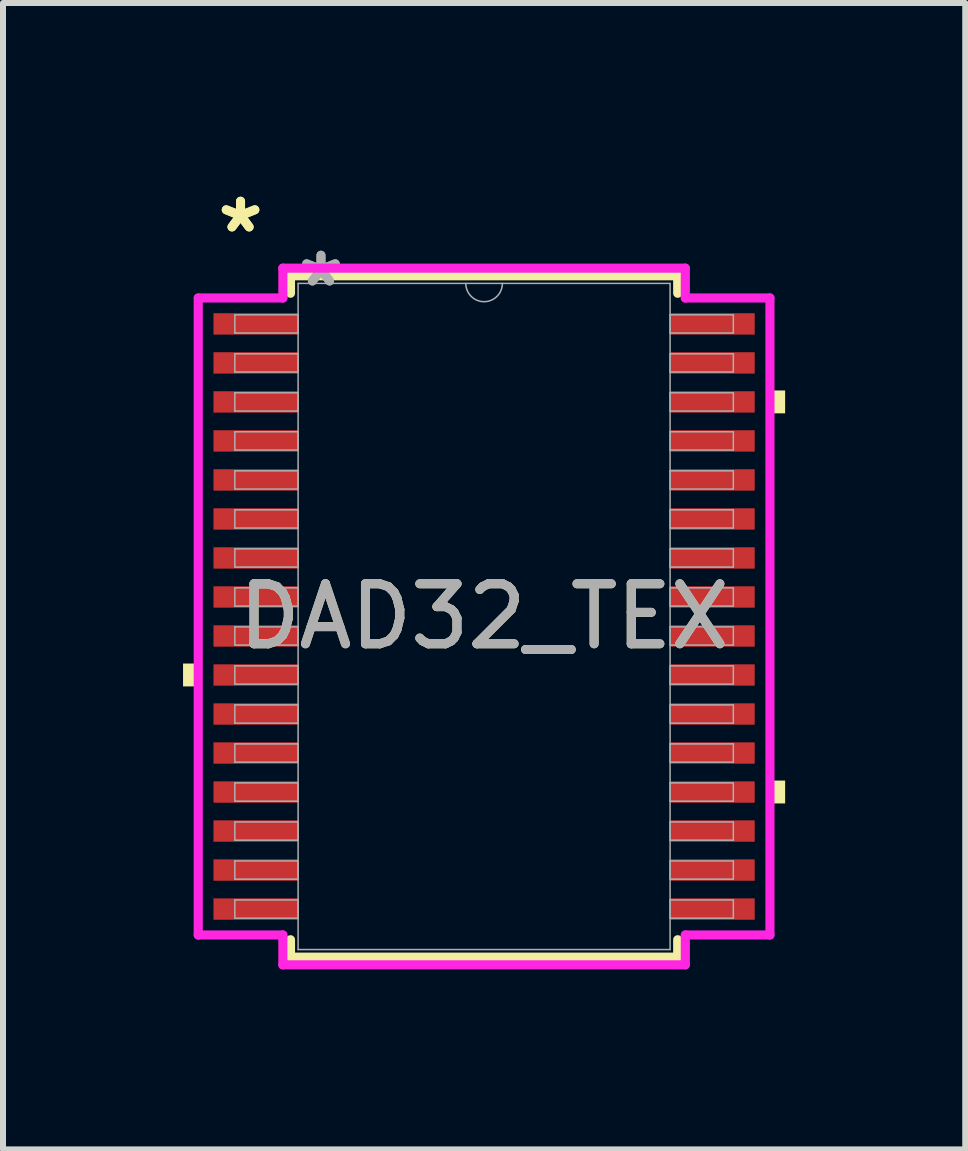
<source format=kicad_pcb>
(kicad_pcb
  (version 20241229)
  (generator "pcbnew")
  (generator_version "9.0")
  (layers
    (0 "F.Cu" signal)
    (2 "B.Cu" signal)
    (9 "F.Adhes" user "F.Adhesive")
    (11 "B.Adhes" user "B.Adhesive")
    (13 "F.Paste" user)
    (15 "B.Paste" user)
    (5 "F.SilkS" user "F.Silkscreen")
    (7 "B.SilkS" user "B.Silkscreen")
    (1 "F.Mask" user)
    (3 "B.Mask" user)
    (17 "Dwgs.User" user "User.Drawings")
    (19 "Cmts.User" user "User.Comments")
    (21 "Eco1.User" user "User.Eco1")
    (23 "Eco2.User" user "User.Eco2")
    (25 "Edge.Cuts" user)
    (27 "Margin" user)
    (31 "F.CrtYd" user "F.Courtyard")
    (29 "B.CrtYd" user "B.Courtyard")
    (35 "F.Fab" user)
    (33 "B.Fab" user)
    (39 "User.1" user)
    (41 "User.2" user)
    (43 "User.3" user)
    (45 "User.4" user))
  (footprint "DAD32_TEX"
    (layer "F.Cu")
    (at 5.016 7.222)
    (property "Reference" "DAD32_TEX" (at 0 0 0) (unlocked yes) (layer "F.SilkS") (effects (font (size 1 1) (thickness 0.15))))
    (attr smd)
    (fp_line (start -3.226 -5.677) (end -3.226 -5.386) (stroke (width 0.152) (type solid)) (layer "F.SilkS"))
    (fp_line (start -3.226 5.386) (end -3.226 5.677) (stroke (width 0.152) (type solid)) (layer "F.SilkS"))
    (fp_line (start -3.226 5.677) (end 3.226 5.677) (stroke (width 0.152) (type solid)) (layer "F.SilkS"))
    (fp_line (start 3.226 -5.677) (end -3.226 -5.677) (stroke (width 0.152) (type solid)) (layer "F.SilkS"))
    (fp_line (start 3.226 -5.386) (end 3.226 -5.677) (stroke (width 0.152) (type solid)) (layer "F.SilkS"))
    (fp_line (start 3.226 5.677) (end 3.226 5.386) (stroke (width 0.152) (type solid)) (layer "F.SilkS"))
    (fp_poly (pts (xy -5.016 0.784) (xy -5.016 1.165) (xy -4.763 1.165) (xy -4.763 0.784)) (stroke (width 0) (type solid)) (fill yes) (layer "F.SilkS"))
    (fp_poly (pts (xy 5.016 -3.766) (xy 5.016 -3.385) (xy 4.763 -3.385) (xy 4.763 -3.766)) (stroke (width 0) (type solid)) (fill yes) (layer "F.SilkS"))
    (fp_poly (pts (xy 5.016 2.734) (xy 5.016 3.115) (xy 4.763 3.115) (xy 4.763 2.734)) (stroke (width 0) (type solid)) (fill yes) (layer "F.SilkS"))
    (fp_line (start -4.763 -5.307) (end -3.353 -5.307) (stroke (width 0.152) (type solid)) (layer "F.CrtYd"))
    (fp_line (start -4.763 5.307) (end -4.763 -5.307) (stroke (width 0.152) (type solid)) (layer "F.CrtYd"))
    (fp_line (start -4.763 5.307) (end -3.353 5.307) (stroke (width 0.152) (type solid)) (layer "F.CrtYd"))
    (fp_line (start -3.353 -5.804) (end 3.353 -5.804) (stroke (width 0.152) (type solid)) (layer "F.CrtYd"))
    (fp_line (start -3.353 -5.307) (end -3.353 -5.804) (stroke (width 0.152) (type solid)) (layer "F.CrtYd"))
    (fp_line (start -3.353 5.804) (end -3.353 5.307) (stroke (width 0.152) (type solid)) (layer "F.CrtYd"))
    (fp_line (start 3.353 -5.804) (end 3.353 -5.307) (stroke (width 0.152) (type solid)) (layer "F.CrtYd"))
    (fp_line (start 3.353 5.307) (end 3.353 5.804) (stroke (width 0.152) (type solid)) (layer "F.CrtYd"))
    (fp_line (start 3.353 5.804) (end -3.353 5.804) (stroke (width 0.152) (type solid)) (layer "F.CrtYd"))
    (fp_line (start 4.763 -5.307) (end 3.353 -5.307) (stroke (width 0.152) (type solid)) (layer "F.CrtYd"))
    (fp_line (start 4.763 -5.307) (end 4.763 5.307) (stroke (width 0.152) (type solid)) (layer "F.CrtYd"))
    (fp_line (start 4.763 5.307) (end 3.353 5.307) (stroke (width 0.152) (type solid)) (layer "F.CrtYd"))
    (fp_line (start -4.153 -5.027) (end -4.153 -4.723) (stroke (width 0.025) (type solid)) (layer "F.Fab"))
    (fp_line (start -4.153 -4.723) (end -3.099 -4.723) (stroke (width 0.025) (type solid)) (layer "F.Fab"))
    (fp_line (start -4.153 -4.377) (end -4.153 -4.073) (stroke (width 0.025) (type solid)) (layer "F.Fab"))
    (fp_line (start -4.153 -4.073) (end -3.099 -4.073) (stroke (width 0.025) (type solid)) (layer "F.Fab"))
    (fp_line (start -4.153 -3.727) (end -4.153 -3.423) (stroke (width 0.025) (type solid)) (layer "F.Fab"))
    (fp_line (start -4.153 -3.423) (end -3.099 -3.423) (stroke (width 0.025) (type solid)) (layer "F.Fab"))
    (fp_line (start -4.153 -3.077) (end -4.153 -2.773) (stroke (width 0.025) (type solid)) (layer "F.Fab"))
    (fp_line (start -4.153 -2.773) (end -3.099 -2.773) (stroke (width 0.025) (type solid)) (layer "F.Fab"))
    (fp_line (start -4.153 -2.427) (end -4.153 -2.123) (stroke (width 0.025) (type solid)) (layer "F.Fab"))
    (fp_line (start -4.153 -2.123) (end -3.099 -2.123) (stroke (width 0.025) (type solid)) (layer "F.Fab"))
    (fp_line (start -4.153 -1.777) (end -4.153 -1.473) (stroke (width 0.025) (type solid)) (layer "F.Fab"))
    (fp_line (start -4.153 -1.473) (end -3.099 -1.473) (stroke (width 0.025) (type solid)) (layer "F.Fab"))
    (fp_line (start -4.153 -1.127) (end -4.153 -0.823) (stroke (width 0.025) (type solid)) (layer "F.Fab"))
    (fp_line (start -4.153 -0.823) (end -3.099 -0.823) (stroke (width 0.025) (type solid)) (layer "F.Fab"))
    (fp_line (start -4.153 -0.477) (end -4.153 -0.173) (stroke (width 0.025) (type solid)) (layer "F.Fab"))
    (fp_line (start -4.153 -0.173) (end -3.099 -0.173) (stroke (width 0.025) (type solid)) (layer "F.Fab"))
    (fp_line (start -4.153 0.173) (end -4.153 0.477) (stroke (width 0.025) (type solid)) (layer "F.Fab"))
    (fp_line (start -4.153 0.477) (end -3.099 0.477) (stroke (width 0.025) (type solid)) (layer "F.Fab"))
    (fp_line (start -4.153 0.823) (end -4.153 1.127) (stroke (width 0.025) (type solid)) (layer "F.Fab"))
    (fp_line (start -4.153 1.127) (end -3.099 1.127) (stroke (width 0.025) (type solid)) (layer "F.Fab"))
    (fp_line (start -4.153 1.473) (end -4.153 1.777) (stroke (width 0.025) (type solid)) (layer "F.Fab"))
    (fp_line (start -4.153 1.777) (end -3.099 1.777) (stroke (width 0.025) (type solid)) (layer "F.Fab"))
    (fp_line (start -4.153 2.123) (end -4.153 2.427) (stroke (width 0.025) (type solid)) (layer "F.Fab"))
    (fp_line (start -4.153 2.427) (end -3.099 2.427) (stroke (width 0.025) (type solid)) (layer "F.Fab"))
    (fp_line (start -4.153 2.773) (end -4.153 3.077) (stroke (width 0.025) (type solid)) (layer "F.Fab"))
    (fp_line (start -4.153 3.077) (end -3.099 3.077) (stroke (width 0.025) (type solid)) (layer "F.Fab"))
    (fp_line (start -4.153 3.423) (end -4.153 3.727) (stroke (width 0.025) (type solid)) (layer "F.Fab"))
    (fp_line (start -4.153 3.727) (end -3.099 3.727) (stroke (width 0.025) (type solid)) (layer "F.Fab"))
    (fp_line (start -4.153 4.073) (end -4.153 4.377) (stroke (width 0.025) (type solid)) (layer "F.Fab"))
    (fp_line (start -4.153 4.377) (end -3.099 4.377) (stroke (width 0.025) (type solid)) (layer "F.Fab"))
    (fp_line (start -4.153 4.723) (end -4.153 5.027) (stroke (width 0.025) (type solid)) (layer "F.Fab"))
    (fp_line (start -4.153 5.027) (end -3.099 5.027) (stroke (width 0.025) (type solid)) (layer "F.Fab"))
    (fp_line (start -3.099 -5.55) (end -3.099 5.55) (stroke (width 0.025) (type solid)) (layer "F.Fab"))
    (fp_line (start -3.099 -5.027) (end -4.153 -5.027) (stroke (width 0.025) (type solid)) (layer "F.Fab"))
    (fp_line (start -3.099 -4.723) (end -3.099 -5.027) (stroke (width 0.025) (type solid)) (layer "F.Fab"))
    (fp_line (start -3.099 -4.377) (end -4.153 -4.377) (stroke (width 0.025) (type solid)) (layer "F.Fab"))
    (fp_line (start -3.099 -4.073) (end -3.099 -4.377) (stroke (width 0.025) (type solid)) (layer "F.Fab"))
    (fp_line (start -3.099 -3.727) (end -4.153 -3.727) (stroke (width 0.025) (type solid)) (layer "F.Fab"))
    (fp_line (start -3.099 -3.423) (end -3.099 -3.727) (stroke (width 0.025) (type solid)) (layer "F.Fab"))
    (fp_line (start -3.099 -3.077) (end -4.153 -3.077) (stroke (width 0.025) (type solid)) (layer "F.Fab"))
    (fp_line (start -3.099 -2.773) (end -3.099 -3.077) (stroke (width 0.025) (type solid)) (layer "F.Fab"))
    (fp_line (start -3.099 -2.427) (end -4.153 -2.427) (stroke (width 0.025) (type solid)) (layer "F.Fab"))
    (fp_line (start -3.099 -2.123) (end -3.099 -2.427) (stroke (width 0.025) (type solid)) (layer "F.Fab"))
    (fp_line (start -3.099 -1.777) (end -4.153 -1.777) (stroke (width 0.025) (type solid)) (layer "F.Fab"))
    (fp_line (start -3.099 -1.473) (end -3.099 -1.777) (stroke (width 0.025) (type solid)) (layer "F.Fab"))
    (fp_line (start -3.099 -1.127) (end -4.153 -1.127) (stroke (width 0.025) (type solid)) (layer "F.Fab"))
    (fp_line (start -3.099 -0.823) (end -3.099 -1.127) (stroke (width 0.025) (type solid)) (layer "F.Fab"))
    (fp_line (start -3.099 -0.477) (end -4.153 -0.477) (stroke (width 0.025) (type solid)) (layer "F.Fab"))
    (fp_line (start -3.099 -0.173) (end -3.099 -0.477) (stroke (width 0.025) (type solid)) (layer "F.Fab"))
    (fp_line (start -3.099 0.173) (end -4.153 0.173) (stroke (width 0.025) (type solid)) (layer "F.Fab"))
    (fp_line (start -3.099 0.477) (end -3.099 0.173) (stroke (width 0.025) (type solid)) (layer "F.Fab"))
    (fp_line (start -3.099 0.823) (end -4.153 0.823) (stroke (width 0.025) (type solid)) (layer "F.Fab"))
    (fp_line (start -3.099 1.127) (end -3.099 0.823) (stroke (width 0.025) (type solid)) (layer "F.Fab"))
    (fp_line (start -3.099 1.473) (end -4.153 1.473) (stroke (width 0.025) (type solid)) (layer "F.Fab"))
    (fp_line (start -3.099 1.777) (end -3.099 1.473) (stroke (width 0.025) (type solid)) (layer "F.Fab"))
    (fp_line (start -3.099 2.123) (end -4.153 2.123) (stroke (width 0.025) (type solid)) (layer "F.Fab"))
    (fp_line (start -3.099 2.427) (end -3.099 2.123) (stroke (width 0.025) (type solid)) (layer "F.Fab"))
    (fp_line (start -3.099 2.773) (end -4.153 2.773) (stroke (width 0.025) (type solid)) (layer "F.Fab"))
    (fp_line (start -3.099 3.077) (end -3.099 2.773) (stroke (width 0.025) (type solid)) (layer "F.Fab"))
    (fp_line (start -3.099 3.423) (end -4.153 3.423) (stroke (width 0.025) (type solid)) (layer "F.Fab"))
    (fp_line (start -3.099 3.727) (end -3.099 3.423) (stroke (width 0.025) (type solid)) (layer "F.Fab"))
    (fp_line (start -3.099 4.073) (end -4.153 4.073) (stroke (width 0.025) (type solid)) (layer "F.Fab"))
    (fp_line (start -3.099 4.377) (end -3.099 4.073) (stroke (width 0.025) (type solid)) (layer "F.Fab"))
    (fp_line (start -3.099 4.723) (end -4.153 4.723) (stroke (width 0.025) (type solid)) (layer "F.Fab"))
    (fp_line (start -3.099 5.027) (end -3.099 4.723) (stroke (width 0.025) (type solid)) (layer "F.Fab"))
    (fp_line (start -3.099 5.55) (end 3.099 5.55) (stroke (width 0.025) (type solid)) (layer "F.Fab"))
    (fp_line (start 3.099 -5.55) (end -3.099 -5.55) (stroke (width 0.025) (type solid)) (layer "F.Fab"))
    (fp_line (start 3.099 -5.027) (end 3.099 -4.723) (stroke (width 0.025) (type solid)) (layer "F.Fab"))
    (fp_line (start 3.099 -4.723) (end 4.153 -4.723) (stroke (width 0.025) (type solid)) (layer "F.Fab"))
    (fp_line (start 3.099 -4.377) (end 3.099 -4.073) (stroke (width 0.025) (type solid)) (layer "F.Fab"))
    (fp_line (start 3.099 -4.073) (end 4.153 -4.073) (stroke (width 0.025) (type solid)) (layer "F.Fab"))
    (fp_line (start 3.099 -3.727) (end 3.099 -3.423) (stroke (width 0.025) (type solid)) (layer "F.Fab"))
    (fp_line (start 3.099 -3.423) (end 4.153 -3.423) (stroke (width 0.025) (type solid)) (layer "F.Fab"))
    (fp_line (start 3.099 -3.077) (end 3.099 -2.773) (stroke (width 0.025) (type solid)) (layer "F.Fab"))
    (fp_line (start 3.099 -2.773) (end 4.153 -2.773) (stroke (width 0.025) (type solid)) (layer "F.Fab"))
    (fp_line (start 3.099 -2.427) (end 3.099 -2.123) (stroke (width 0.025) (type solid)) (layer "F.Fab"))
    (fp_line (start 3.099 -2.123) (end 4.153 -2.123) (stroke (width 0.025) (type solid)) (layer "F.Fab"))
    (fp_line (start 3.099 -1.777) (end 3.099 -1.473) (stroke (width 0.025) (type solid)) (layer "F.Fab"))
    (fp_line (start 3.099 -1.473) (end 4.153 -1.473) (stroke (width 0.025) (type solid)) (layer "F.Fab"))
    (fp_line (start 3.099 -1.127) (end 3.099 -0.823) (stroke (width 0.025) (type solid)) (layer "F.Fab"))
    (fp_line (start 3.099 -0.823) (end 4.153 -0.823) (stroke (width 0.025) (type solid)) (layer "F.Fab"))
    (fp_line (start 3.099 -0.477) (end 3.099 -0.173) (stroke (width 0.025) (type solid)) (layer "F.Fab"))
    (fp_line (start 3.099 -0.173) (end 4.153 -0.173) (stroke (width 0.025) (type solid)) (layer "F.Fab"))
    (fp_line (start 3.099 0.173) (end 3.099 0.477) (stroke (width 0.025) (type solid)) (layer "F.Fab"))
    (fp_line (start 3.099 0.477) (end 4.153 0.477) (stroke (width 0.025) (type solid)) (layer "F.Fab"))
    (fp_line (start 3.099 0.823) (end 3.099 1.127) (stroke (width 0.025) (type solid)) (layer "F.Fab"))
    (fp_line (start 3.099 1.127) (end 4.153 1.127) (stroke (width 0.025) (type solid)) (layer "F.Fab"))
    (fp_line (start 3.099 1.473) (end 3.099 1.777) (stroke (width 0.025) (type solid)) (layer "F.Fab"))
    (fp_line (start 3.099 1.777) (end 4.153 1.777) (stroke (width 0.025) (type solid)) (layer "F.Fab"))
    (fp_line (start 3.099 2.123) (end 3.099 2.427) (stroke (width 0.025) (type solid)) (layer "F.Fab"))
    (fp_line (start 3.099 2.427) (end 4.153 2.427) (stroke (width 0.025) (type solid)) (layer "F.Fab"))
    (fp_line (start 3.099 2.773) (end 3.099 3.077) (stroke (width 0.025) (type solid)) (layer "F.Fab"))
    (fp_line (start 3.099 3.077) (end 4.153 3.077) (stroke (width 0.025) (type solid)) (layer "F.Fab"))
    (fp_line (start 3.099 3.423) (end 3.099 3.727) (stroke (width 0.025) (type solid)) (layer "F.Fab"))
    (fp_line (start 3.099 3.727) (end 4.153 3.727) (stroke (width 0.025) (type solid)) (layer "F.Fab"))
    (fp_line (start 3.099 4.073) (end 3.099 4.377) (stroke (width 0.025) (type solid)) (layer "F.Fab"))
    (fp_line (start 3.099 4.377) (end 4.153 4.377) (stroke (width 0.025) (type solid)) (layer "F.Fab"))
    (fp_line (start 3.099 4.723) (end 3.099 5.027) (stroke (width 0.025) (type solid)) (layer "F.Fab"))
    (fp_line (start 3.099 5.027) (end 4.153 5.027) (stroke (width 0.025) (type solid)) (layer "F.Fab"))
    (fp_line (start 3.099 5.55) (end 3.099 -5.55) (stroke (width 0.025) (type solid)) (layer "F.Fab"))
    (fp_line (start 4.153 -5.027) (end 3.099 -5.027) (stroke (width 0.025) (type solid)) (layer "F.Fab"))
    (fp_line (start 4.153 -4.723) (end 4.153 -5.027) (stroke (width 0.025) (type solid)) (layer "F.Fab"))
    (fp_line (start 4.153 -4.377) (end 3.099 -4.377) (stroke (width 0.025) (type solid)) (layer "F.Fab"))
    (fp_line (start 4.153 -4.073) (end 4.153 -4.377) (stroke (width 0.025) (type solid)) (layer "F.Fab"))
    (fp_line (start 4.153 -3.727) (end 3.099 -3.727) (stroke (width 0.025) (type solid)) (layer "F.Fab"))
    (fp_line (start 4.153 -3.423) (end 4.153 -3.727) (stroke (width 0.025) (type solid)) (layer "F.Fab"))
    (fp_line (start 4.153 -3.077) (end 3.099 -3.077) (stroke (width 0.025) (type solid)) (layer "F.Fab"))
    (fp_line (start 4.153 -2.773) (end 4.153 -3.077) (stroke (width 0.025) (type solid)) (layer "F.Fab"))
    (fp_line (start 4.153 -2.427) (end 3.099 -2.427) (stroke (width 0.025) (type solid)) (layer "F.Fab"))
    (fp_line (start 4.153 -2.123) (end 4.153 -2.427) (stroke (width 0.025) (type solid)) (layer "F.Fab"))
    (fp_line (start 4.153 -1.777) (end 3.099 -1.777) (stroke (width 0.025) (type solid)) (layer "F.Fab"))
    (fp_line (start 4.153 -1.473) (end 4.153 -1.777) (stroke (width 0.025) (type solid)) (layer "F.Fab"))
    (fp_line (start 4.153 -1.127) (end 3.099 -1.127) (stroke (width 0.025) (type solid)) (layer "F.Fab"))
    (fp_line (start 4.153 -0.823) (end 4.153 -1.127) (stroke (width 0.025) (type solid)) (layer "F.Fab"))
    (fp_line (start 4.153 -0.477) (end 3.099 -0.477) (stroke (width 0.025) (type solid)) (layer "F.Fab"))
    (fp_line (start 4.153 -0.173) (end 4.153 -0.477) (stroke (width 0.025) (type solid)) (layer "F.Fab"))
    (fp_line (start 4.153 0.173) (end 3.099 0.173) (stroke (width 0.025) (type solid)) (layer "F.Fab"))
    (fp_line (start 4.153 0.477) (end 4.153 0.173) (stroke (width 0.025) (type solid)) (layer "F.Fab"))
    (fp_line (start 4.153 0.823) (end 3.099 0.823) (stroke (width 0.025) (type solid)) (layer "F.Fab"))
    (fp_line (start 4.153 1.127) (end 4.153 0.823) (stroke (width 0.025) (type solid)) (layer "F.Fab"))
    (fp_line (start 4.153 1.473) (end 3.099 1.473) (stroke (width 0.025) (type solid)) (layer "F.Fab"))
    (fp_line (start 4.153 1.777) (end 4.153 1.473) (stroke (width 0.025) (type solid)) (layer "F.Fab"))
    (fp_line (start 4.153 2.123) (end 3.099 2.123) (stroke (width 0.025) (type solid)) (layer "F.Fab"))
    (fp_line (start 4.153 2.427) (end 4.153 2.123) (stroke (width 0.025) (type solid)) (layer "F.Fab"))
    (fp_line (start 4.153 2.773) (end 3.099 2.773) (stroke (width 0.025) (type solid)) (layer "F.Fab"))
    (fp_line (start 4.153 3.077) (end 4.153 2.773) (stroke (width 0.025) (type solid)) (layer "F.Fab"))
    (fp_line (start 4.153 3.423) (end 3.099 3.423) (stroke (width 0.025) (type solid)) (layer "F.Fab"))
    (fp_line (start 4.153 3.727) (end 4.153 3.423) (stroke (width 0.025) (type solid)) (layer "F.Fab"))
    (fp_line (start 4.153 4.073) (end 3.099 4.073) (stroke (width 0.025) (type solid)) (layer "F.Fab"))
    (fp_line (start 4.153 4.377) (end 4.153 4.073) (stroke (width 0.025) (type solid)) (layer "F.Fab"))
    (fp_line (start 4.153 4.723) (end 3.099 4.723) (stroke (width 0.025) (type solid)) (layer "F.Fab"))
    (fp_line (start 4.153 5.027) (end 4.153 4.723) (stroke (width 0.025) (type solid)) (layer "F.Fab"))
    (fp_arc (start 0.3048 -5.5499) (mid 0 -5.2451) (end -0.3048 -5.5499) (stroke (width 0.0254) (type solid)) (layer "F.Fab"))
    (fp_text user "*" (at -4.058 -6.374 0) (layer "F.SilkS") (effects (font (size 1 1) (thickness 0.15))))
    (fp_text user "*" (at -4.058 -6.374 0) (unlocked yes) (layer "F.SilkS") (effects (font (size 1 1) (thickness 0.15))))
    (fp_text user "*" (at -2.718 -5.474 0) (unlocked yes) (layer "F.Fab") (effects (font (size 1 1) (thickness 0.15))))
    (fp_text user "${REFERENCE}" (at 0 0 0) (unlocked yes) (layer "F.Fab") (effects (font (size 1 1) (thickness 0.15))))
    (fp_text user "*" (at -2.718 -5.474 0) (layer "F.Fab") (effects (font (size 1 1) (thickness 0.15))))
    (pad "1" smd rect (at -3.804 -4.875) (size 1.41 0.356) (layers "F.Cu" "F.Mask" "F.Paste"))
    (pad "2" smd rect (at -3.804 -4.225) (size 1.41 0.356) (layers "F.Cu" "F.Mask" "F.Paste"))
    (pad "3" smd rect (at -3.804 -3.575) (size 1.41 0.356) (layers "F.Cu" "F.Mask" "F.Paste"))
    (pad "4" smd rect (at -3.804 -2.925) (size 1.41 0.356) (layers "F.Cu" "F.Mask" "F.Paste"))
    (pad "5" smd rect (at -3.804 -2.275) (size 1.41 0.356) (layers "F.Cu" "F.Mask" "F.Paste"))
    (pad "6" smd rect (at -3.804 -1.625) (size 1.41 0.356) (layers "F.Cu" "F.Mask" "F.Paste"))
    (pad "7" smd rect (at -3.804 -0.975) (size 1.41 0.356) (layers "F.Cu" "F.Mask" "F.Paste"))
    (pad "8" smd rect (at -3.804 -0.325) (size 1.41 0.356) (layers "F.Cu" "F.Mask" "F.Paste"))
    (pad "9" smd rect (at -3.804 0.325) (size 1.41 0.356) (layers "F.Cu" "F.Mask" "F.Paste"))
    (pad "10" smd rect (at -3.804 0.975) (size 1.41 0.356) (layers "F.Cu" "F.Mask" "F.Paste"))
    (pad "11" smd rect (at -3.804 1.625) (size 1.41 0.356) (layers "F.Cu" "F.Mask" "F.Paste"))
    (pad "12" smd rect (at -3.804 2.275) (size 1.41 0.356) (layers "F.Cu" "F.Mask" "F.Paste"))
    (pad "13" smd rect (at -3.804 2.925) (size 1.41 0.356) (layers "F.Cu" "F.Mask" "F.Paste"))
    (pad "14" smd rect (at -3.804 3.575) (size 1.41 0.356) (layers "F.Cu" "F.Mask" "F.Paste"))
    (pad "15" smd rect (at -3.804 4.225) (size 1.41 0.356) (layers "F.Cu" "F.Mask" "F.Paste"))
    (pad "16" smd rect (at -3.804 4.875) (size 1.41 0.356) (layers "F.Cu" "F.Mask" "F.Paste"))
    (pad "17" smd rect (at 3.804 4.875) (size 1.41 0.356) (layers "F.Cu" "F.Mask" "F.Paste"))
    (pad "18" smd rect (at 3.804 4.225) (size 1.41 0.356) (layers "F.Cu" "F.Mask" "F.Paste"))
    (pad "19" smd rect (at 3.804 3.575) (size 1.41 0.356) (layers "F.Cu" "F.Mask" "F.Paste"))
    (pad "20" smd rect (at 3.804 2.925) (size 1.41 0.356) (layers "F.Cu" "F.Mask" "F.Paste"))
    (pad "21" smd rect (at 3.804 2.275) (size 1.41 0.356) (layers "F.Cu" "F.Mask" "F.Paste"))
    (pad "22" smd rect (at 3.804 1.625) (size 1.41 0.356) (layers "F.Cu" "F.Mask" "F.Paste"))
    (pad "23" smd rect (at 3.804 0.975) (size 1.41 0.356) (layers "F.Cu" "F.Mask" "F.Paste"))
    (pad "24" smd rect (at 3.804 0.325) (size 1.41 0.356) (layers "F.Cu" "F.Mask" "F.Paste"))
    (pad "25" smd rect (at 3.804 -0.325) (size 1.41 0.356) (layers "F.Cu" "F.Mask" "F.Paste"))
    (pad "26" smd rect (at 3.804 -0.975) (size 1.41 0.356) (layers "F.Cu" "F.Mask" "F.Paste"))
    (pad "27" smd rect (at 3.804 -1.625) (size 1.41 0.356) (layers "F.Cu" "F.Mask" "F.Paste"))
    (pad "28" smd rect (at 3.804 -2.275) (size 1.41 0.356) (layers "F.Cu" "F.Mask" "F.Paste"))
    (pad "29" smd rect (at 3.804 -2.925) (size 1.41 0.356) (layers "F.Cu" "F.Mask" "F.Paste"))
    (pad "30" smd rect (at 3.804 -3.575) (size 1.41 0.356) (layers "F.Cu" "F.Mask" "F.Paste"))
    (pad "31" smd rect (at 3.804 -4.225) (size 1.41 0.356) (layers "F.Cu" "F.Mask" "F.Paste"))
    (pad "32" smd rect (at 3.804 -4.875) (size 1.41 0.356) (layers "F.Cu" "F.Mask" "F.Paste")))
  (gr_rect
    (start -3 -3)
    (end 13.033 16.102)
    (stroke (width 0.1) (type default))
    (fill no)
    (layer "Edge.Cuts")))
</source>
